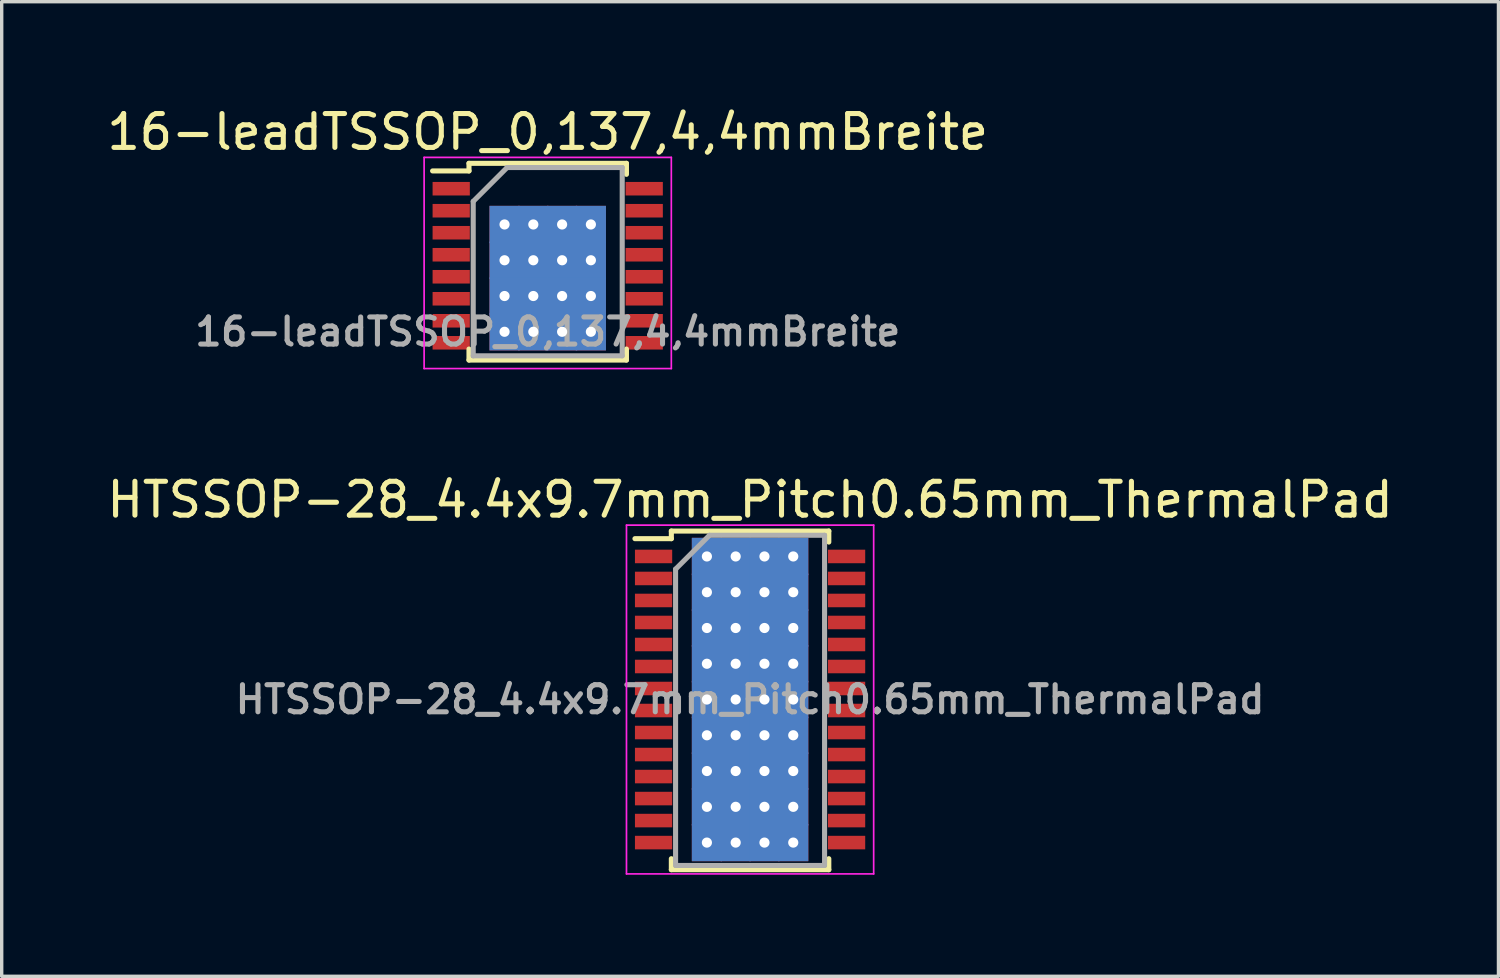
<source format=kicad_pcb>
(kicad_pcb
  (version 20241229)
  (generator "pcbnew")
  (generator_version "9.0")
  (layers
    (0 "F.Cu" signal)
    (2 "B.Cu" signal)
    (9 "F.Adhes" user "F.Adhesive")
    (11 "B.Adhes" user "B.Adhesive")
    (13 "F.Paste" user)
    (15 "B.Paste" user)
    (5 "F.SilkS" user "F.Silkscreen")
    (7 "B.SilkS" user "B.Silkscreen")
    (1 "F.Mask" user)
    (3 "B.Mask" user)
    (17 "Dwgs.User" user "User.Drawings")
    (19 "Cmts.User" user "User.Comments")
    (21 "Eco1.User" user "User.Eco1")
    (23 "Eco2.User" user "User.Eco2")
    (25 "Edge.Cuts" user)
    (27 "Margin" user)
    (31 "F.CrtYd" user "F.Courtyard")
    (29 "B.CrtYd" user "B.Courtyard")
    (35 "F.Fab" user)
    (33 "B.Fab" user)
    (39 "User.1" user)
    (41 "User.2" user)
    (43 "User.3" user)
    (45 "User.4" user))
  (footprint "HTSSOP-28_4.4x9.7mm_Pitch0.65mm_ThermalPad"
    (layer "F.Cu")
    (at 19.101 17.608)
    (property "Reference" "HTSSOP-28_4.4x9.7mm_Pitch0.65mm_ThermalPad" (at 0 -5.9 0) (layer "F.SilkS") (effects (font (size 1 1) (thickness 0.15))))
    (attr smd)
    (fp_line (start -2.325 -4.975) (end -2.325 -4.75) (stroke (width 0.15) (type solid)) (layer "F.SilkS"))
    (fp_line (start -2.325 -4.975) (end 2.325 -4.975) (stroke (width 0.15) (type solid)) (layer "F.SilkS"))
    (fp_line (start -2.325 -4.75) (end -3.4 -4.75) (stroke (width 0.15) (type solid)) (layer "F.SilkS"))
    (fp_line (start -2.325 5.026) (end -2.325 4.701) (stroke (width 0.15) (type solid)) (layer "F.SilkS"))
    (fp_line (start -2.325 5.026) (end 2.325 5.026) (stroke (width 0.15) (type solid)) (layer "F.SilkS"))
    (fp_line (start 2.325 -4.975) (end 2.325 -4.65) (stroke (width 0.15) (type solid)) (layer "F.SilkS"))
    (fp_line (start 2.325 5.026) (end 2.325 4.701) (stroke (width 0.15) (type solid)) (layer "F.SilkS"))
    (fp_line (start -3.65 -5.15) (end -3.65 5.15) (stroke (width 0.05) (type solid)) (layer "F.CrtYd"))
    (fp_line (start -3.65 -5.15) (end 3.65 -5.15) (stroke (width 0.05) (type solid)) (layer "F.CrtYd"))
    (fp_line (start -3.65 5.15) (end 3.65 5.15) (stroke (width 0.05) (type solid)) (layer "F.CrtYd"))
    (fp_line (start 3.65 -5.15) (end 3.65 5.15) (stroke (width 0.05) (type solid)) (layer "F.CrtYd"))
    (fp_line (start -2.2 -3.85) (end -1.2 -4.85) (stroke (width 0.15) (type solid)) (layer "F.Fab"))
    (fp_line (start -2.2 4.85) (end -2.2 -3.85) (stroke (width 0.15) (type solid)) (layer "F.Fab"))
    (fp_line (start -1.2 -4.85) (end 2.2 -4.85) (stroke (width 0.15) (type solid)) (layer "F.Fab"))
    (fp_line (start 2.2 -4.85) (end 2.2 4.85) (stroke (width 0.15) (type solid)) (layer "F.Fab"))
    (fp_line (start 2.2 4.901) (end -2.2 4.901) (stroke (width 0.15) (type solid)) (layer "F.Fab"))
    (fp_text user "${REFERENCE}" (at 0 0 0) (layer "F.Fab") (effects (font (size 0.8 0.8) (thickness 0.15))))
    (pad "1" smd rect (at -2.85 -4.225) (size 1.1 0.4) (layers "F.Cu" "F.Mask" "F.Paste"))
    (pad "2" smd rect (at -2.85 -3.575) (size 1.1 0.4) (layers "F.Cu" "F.Mask" "F.Paste"))
    (pad "3" smd rect (at -2.85 -2.925) (size 1.1 0.4) (layers "F.Cu" "F.Mask" "F.Paste"))
    (pad "4" smd rect (at -2.85 -2.275) (size 1.1 0.4) (layers "F.Cu" "F.Mask" "F.Paste"))
    (pad "5" smd rect (at -2.85 -1.625) (size 1.1 0.4) (layers "F.Cu" "F.Mask" "F.Paste"))
    (pad "6" smd rect (at -2.85 -0.975) (size 1.1 0.4) (layers "F.Cu" "F.Mask" "F.Paste"))
    (pad "7" smd rect (at -2.85 -0.325) (size 1.1 0.4) (layers "F.Cu" "F.Mask" "F.Paste"))
    (pad "8" smd rect (at -2.85 0.325) (size 1.1 0.4) (layers "F.Cu" "F.Mask" "F.Paste"))
    (pad "9" smd rect (at -2.85 0.975) (size 1.1 0.4) (layers "F.Cu" "F.Mask" "F.Paste"))
    (pad "10" smd rect (at -2.85 1.625) (size 1.1 0.4) (layers "F.Cu" "F.Mask" "F.Paste"))
    (pad "11" smd rect (at -2.85 2.275) (size 1.1 0.4) (layers "F.Cu" "F.Mask" "F.Paste"))
    (pad "12" smd rect (at -2.85 2.925) (size 1.1 0.4) (layers "F.Cu" "F.Mask" "F.Paste"))
    (pad "13" smd rect (at -2.85 3.575) (size 1.1 0.4) (layers "F.Cu" "F.Mask" "F.Paste"))
    (pad "14" smd rect (at -2.85 4.225) (size 1.1 0.4) (layers "F.Cu" "F.Mask" "F.Paste"))
    (pad "15" smd rect (at 2.85 4.225) (size 1.1 0.4) (layers "F.Cu" "F.Mask" "F.Paste"))
    (pad "16" smd rect (at 2.85 3.575) (size 1.1 0.4) (layers "F.Cu" "F.Mask" "F.Paste"))
    (pad "17" smd rect (at 2.85 2.925) (size 1.1 0.4) (layers "F.Cu" "F.Mask" "F.Paste"))
    (pad "18" smd rect (at 2.85 2.275) (size 1.1 0.4) (layers "F.Cu" "F.Mask" "F.Paste"))
    (pad "19" smd rect (at 2.85 1.625) (size 1.1 0.4) (layers "F.Cu" "F.Mask" "F.Paste"))
    (pad "20" smd rect (at 2.85 0.975) (size 1.1 0.4) (layers "F.Cu" "F.Mask" "F.Paste"))
    (pad "21" smd rect (at 2.85 0.325) (size 1.1 0.4) (layers "F.Cu" "F.Mask" "F.Paste"))
    (pad "22" smd rect (at 2.85 -0.325) (size 1.1 0.4) (layers "F.Cu" "F.Mask" "F.Paste"))
    (pad "23" smd rect (at 2.85 -0.975) (size 1.1 0.4) (layers "F.Cu" "F.Mask" "F.Paste"))
    (pad "24" smd rect (at 2.85 -1.625) (size 1.1 0.4) (layers "F.Cu" "F.Mask" "F.Paste"))
    (pad "25" smd rect (at 2.85 -2.275) (size 1.1 0.4) (layers "F.Cu" "F.Mask" "F.Paste"))
    (pad "26" smd rect (at 2.85 -2.925) (size 1.1 0.4) (layers "F.Cu" "F.Mask" "F.Paste"))
    (pad "27" smd rect (at 2.85 -3.575) (size 1.1 0.4) (layers "F.Cu" "F.Mask" "F.Paste"))
    (pad "28" smd rect (at 2.85 -4.225) (size 1.1 0.4) (layers "F.Cu" "F.Mask" "F.Paste"))
    (pad "29" thru_hole rect (at -1.275 -4.225) (size 0.89 1.1) (drill 0.3) (layers "*.Cu" "*.Mask"))
    (pad "29" thru_hole rect (at -1.275 -3.169) (size 0.89 1.1) (drill 0.3) (layers "*.Cu" "*.Mask"))
    (pad "29" thru_hole rect (at -1.275 -2.112) (size 0.89 1.1) (drill 0.3) (layers "*.Cu" "*.Mask"))
    (pad "29" thru_hole rect (at -1.275 -1.056) (size 0.89 1.1) (drill 0.3) (layers "*.Cu" "*.Mask"))
    (pad "29" thru_hole rect (at -1.275 0) (size 0.89 1.1) (drill 0.3) (layers "*.Cu" "*.Mask"))
    (pad "29" thru_hole rect (at -1.275 1.056) (size 0.89 1.1) (drill 0.3) (layers "*.Cu" "*.Mask"))
    (pad "29" thru_hole rect (at -1.275 2.112) (size 0.89 1.1) (drill 0.3) (layers "*.Cu" "*.Mask"))
    (pad "29" thru_hole rect (at -1.275 3.169) (size 0.89 1.1) (drill 0.3) (layers "*.Cu" "*.Mask"))
    (pad "29" thru_hole rect (at -1.275 4.225) (size 0.89 1.1) (drill 0.3) (layers "*.Cu" "*.Mask"))
    (pad "29" thru_hole rect (at -0.425 -4.225) (size 0.89 1.1) (drill 0.3) (layers "*.Cu" "*.Mask"))
    (pad "29" thru_hole rect (at -0.425 -3.169) (size 0.89 1.1) (drill 0.3) (layers "*.Cu" "*.Mask"))
    (pad "29" thru_hole rect (at -0.425 -2.112) (size 0.89 1.1) (drill 0.3) (layers "*.Cu" "*.Mask"))
    (pad "29" thru_hole rect (at -0.425 -1.056) (size 0.89 1.1) (drill 0.3) (layers "*.Cu" "*.Mask"))
    (pad "29" thru_hole rect (at -0.425 0) (size 0.89 1.1) (drill 0.3) (layers "*.Cu" "*.Mask"))
    (pad "29" thru_hole rect (at -0.425 1.056) (size 0.89 1.1) (drill 0.3) (layers "*.Cu" "*.Mask"))
    (pad "29" thru_hole rect (at -0.425 2.112) (size 0.89 1.1) (drill 0.3) (layers "*.Cu" "*.Mask"))
    (pad "29" thru_hole rect (at -0.425 3.169) (size 0.89 1.1) (drill 0.3) (layers "*.Cu" "*.Mask"))
    (pad "29" thru_hole rect (at -0.425 4.225) (size 0.89 1.1) (drill 0.3) (layers "*.Cu" "*.Mask"))
    (pad "29" thru_hole rect (at 0.425 -4.225) (size 0.89 1.1) (drill 0.3) (layers "*.Cu" "*.Mask"))
    (pad "29" thru_hole rect (at 0.425 -3.169) (size 0.89 1.1) (drill 0.3) (layers "*.Cu" "*.Mask"))
    (pad "29" thru_hole rect (at 0.425 -2.112) (size 0.89 1.1) (drill 0.3) (layers "*.Cu" "*.Mask"))
    (pad "29" thru_hole rect (at 0.425 -1.056) (size 0.89 1.1) (drill 0.3) (layers "*.Cu" "*.Mask"))
    (pad "29" thru_hole rect (at 0.425 0) (size 0.89 1.1) (drill 0.3) (layers "*.Cu" "*.Mask"))
    (pad "29" thru_hole rect (at 0.425 1.056) (size 0.89 1.1) (drill 0.3) (layers "*.Cu" "*.Mask"))
    (pad "29" thru_hole rect (at 0.425 2.112) (size 0.89 1.1) (drill 0.3) (layers "*.Cu" "*.Mask"))
    (pad "29" thru_hole rect (at 0.425 3.169) (size 0.89 1.1) (drill 0.3) (layers "*.Cu" "*.Mask"))
    (pad "29" thru_hole rect (at 0.425 4.225) (size 0.89 1.1) (drill 0.3) (layers "*.Cu" "*.Mask"))
    (pad "29" thru_hole rect (at 1.275 -4.225) (size 0.89 1.1) (drill 0.3) (layers "*.Cu" "*.Mask"))
    (pad "29" thru_hole rect (at 1.275 -3.169) (size 0.89 1.1) (drill 0.3) (layers "*.Cu" "*.Mask"))
    (pad "29" thru_hole rect (at 1.275 -2.112) (size 0.89 1.1) (drill 0.3) (layers "*.Cu" "*.Mask"))
    (pad "29" thru_hole rect (at 1.275 -1.056) (size 0.89 1.1) (drill 0.3) (layers "*.Cu" "*.Mask"))
    (pad "29" thru_hole rect (at 1.275 0) (size 0.89 1.1) (drill 0.3) (layers "*.Cu" "*.Mask"))
    (pad "29" thru_hole rect (at 1.275 1.056) (size 0.89 1.1) (drill 0.3) (layers "*.Cu" "*.Mask"))
    (pad "29" thru_hole rect (at 1.275 2.112) (size 0.89 1.1) (drill 0.3) (layers "*.Cu" "*.Mask"))
    (pad "29" thru_hole rect (at 1.275 3.169) (size 0.89 1.1) (drill 0.3) (layers "*.Cu" "*.Mask"))
    (pad "29" thru_hole rect (at 1.275 4.225) (size 0.89 1.1) (drill 0.3) (layers "*.Cu" "*.Mask")))
  (footprint "16-leadTSSOP_0,137,4,4mmBreite"
    (layer "F.Cu")
    (at 13.125 6.748)
    (property "Reference" "16-leadTSSOP_0,137,4,4mmBreite" (at 0 -5.9 0) (layer "F.SilkS") (effects (font (size 1 1) (thickness 0.15))))
    (attr smd)
    (fp_line (start -2.325 -4.975) (end -2.325 -4.75) (stroke (width 0.15) (type solid)) (layer "F.SilkS"))
    (fp_line (start -2.325 -4.975) (end 2.325 -4.975) (stroke (width 0.15) (type solid)) (layer "F.SilkS"))
    (fp_line (start -2.325 -4.75) (end -3.4 -4.75) (stroke (width 0.15) (type solid)) (layer "F.SilkS"))
    (fp_line (start -2.325 0.835) (end -2.325 0.51) (stroke (width 0.15) (type solid)) (layer "F.SilkS"))
    (fp_line (start -2.325 0.835) (end 2.325 0.835) (stroke (width 0.15) (type solid)) (layer "F.SilkS"))
    (fp_line (start 2.325 -4.975) (end 2.325 -4.65) (stroke (width 0.15) (type solid)) (layer "F.SilkS"))
    (fp_line (start 2.325 0.835) (end 2.325 0.51) (stroke (width 0.15) (type solid)) (layer "F.SilkS"))
    (fp_line (start -3.65 -5.15) (end -3.65 1.086) (stroke (width 0.05) (type solid)) (layer "F.CrtYd"))
    (fp_line (start -3.65 -5.15) (end 3.65 -5.15) (stroke (width 0.05) (type solid)) (layer "F.CrtYd"))
    (fp_line (start -3.65 1.086) (end 3.65 1.086) (stroke (width 0.05) (type solid)) (layer "F.CrtYd"))
    (fp_line (start 3.65 -5.15) (end 3.65 1.086) (stroke (width 0.05) (type solid)) (layer "F.CrtYd"))
    (fp_line (start -2.2 -3.85) (end -1.2 -4.85) (stroke (width 0.15) (type solid)) (layer "F.Fab"))
    (fp_line (start -2.2 0.71) (end -2.2 -3.85) (stroke (width 0.15) (type solid)) (layer "F.Fab"))
    (fp_line (start -1.2 -4.85) (end 2.2 -4.85) (stroke (width 0.15) (type solid)) (layer "F.Fab"))
    (fp_line (start 2.2 -4.85) (end 2.2 0.71) (stroke (width 0.15) (type solid)) (layer "F.Fab"))
    (fp_line (start 2.2 0.71) (end -2.2 0.71) (stroke (width 0.15) (type solid)) (layer "F.Fab"))
    (fp_text user "${REFERENCE}" (at 0 0 0) (layer "F.Fab") (effects (font (size 0.8 0.8) (thickness 0.15))))
    (pad "1" smd rect (at -2.85 -4.225) (size 1.1 0.4) (layers "F.Cu" "F.Mask" "F.Paste"))
    (pad "2" smd rect (at -2.85 -3.575) (size 1.1 0.4) (layers "F.Cu" "F.Mask" "F.Paste"))
    (pad "3" smd rect (at -2.85 -2.925) (size 1.1 0.4) (layers "F.Cu" "F.Mask" "F.Paste"))
    (pad "4" smd rect (at -2.85 -2.275) (size 1.1 0.4) (layers "F.Cu" "F.Mask" "F.Paste"))
    (pad "5" smd rect (at -2.85 -1.625) (size 1.1 0.4) (layers "F.Cu" "F.Mask" "F.Paste"))
    (pad "6" smd rect (at -2.85 -0.975) (size 1.1 0.4) (layers "F.Cu" "F.Mask" "F.Paste"))
    (pad "7" smd rect (at -2.85 -0.325) (size 1.1 0.4) (layers "F.Cu" "F.Mask" "F.Paste"))
    (pad "8" smd rect (at -2.85 0.325) (size 1.1 0.4) (layers "F.Cu" "F.Mask" "F.Paste"))
    (pad "9" smd rect (at 2.85 0.325) (size 1.1 0.4) (layers "F.Cu" "F.Mask" "F.Paste"))
    (pad "10" smd rect (at 2.85 -0.325) (size 1.1 0.4) (layers "F.Cu" "F.Mask" "F.Paste"))
    (pad "11" smd rect (at 2.85 -0.975) (size 1.1 0.4) (layers "F.Cu" "F.Mask" "F.Paste"))
    (pad "12" smd rect (at 2.85 -1.625) (size 1.1 0.4) (layers "F.Cu" "F.Mask" "F.Paste"))
    (pad "13" smd rect (at 2.85 -2.275) (size 1.1 0.4) (layers "F.Cu" "F.Mask" "F.Paste"))
    (pad "14" smd rect (at 2.85 -2.925) (size 1.1 0.4) (layers "F.Cu" "F.Mask" "F.Paste"))
    (pad "15" smd rect (at 2.85 -3.575) (size 1.1 0.4) (layers "F.Cu" "F.Mask" "F.Paste"))
    (pad "16" smd rect (at 2.85 -4.225) (size 1.1 0.4) (layers "F.Cu" "F.Mask" "F.Paste"))
    (pad "29" thru_hole rect (at -1.275 -3.169) (size 0.89 1.1) (drill 0.3) (layers "*.Cu" "*.Mask"))
    (pad "29" thru_hole rect (at -1.275 -2.112) (size 0.89 1.1) (drill 0.3) (layers "*.Cu" "*.Mask"))
    (pad "29" thru_hole rect (at -1.275 -1.056) (size 0.89 1.1) (drill 0.3) (layers "*.Cu" "*.Mask"))
    (pad "29" thru_hole rect (at -1.275 0) (size 0.89 1.1) (drill 0.3) (layers "*.Cu" "*.Mask"))
    (pad "29" thru_hole rect (at -0.425 -3.169) (size 0.89 1.1) (drill 0.3) (layers "*.Cu" "*.Mask"))
    (pad "29" thru_hole rect (at -0.425 -2.112) (size 0.89 1.1) (drill 0.3) (layers "*.Cu" "*.Mask"))
    (pad "29" thru_hole rect (at -0.425 -1.056) (size 0.89 1.1) (drill 0.3) (layers "*.Cu" "*.Mask"))
    (pad "29" thru_hole rect (at -0.425 0) (size 0.89 1.1) (drill 0.3) (layers "*.Cu" "*.Mask"))
    (pad "29" thru_hole rect (at 0.425 -3.169) (size 0.89 1.1) (drill 0.3) (layers "*.Cu" "*.Mask"))
    (pad "29" thru_hole rect (at 0.425 -2.112) (size 0.89 1.1) (drill 0.3) (layers "*.Cu" "*.Mask"))
    (pad "29" thru_hole rect (at 0.425 -1.056) (size 0.89 1.1) (drill 0.3) (layers "*.Cu" "*.Mask"))
    (pad "29" thru_hole rect (at 0.425 0) (size 0.89 1.1) (drill 0.3) (layers "*.Cu" "*.Mask"))
    (pad "29" thru_hole rect (at 1.275 -3.169) (size 0.89 1.1) (drill 0.3) (layers "*.Cu" "*.Mask"))
    (pad "29" thru_hole rect (at 1.275 -2.112) (size 0.89 1.1) (drill 0.3) (layers "*.Cu" "*.Mask"))
    (pad "29" thru_hole rect (at 1.275 -1.056) (size 0.89 1.1) (drill 0.3) (layers "*.Cu" "*.Mask"))
    (pad "29" thru_hole rect (at 1.275 0) (size 0.89 1.1) (drill 0.3) (layers "*.Cu" "*.Mask")))
  (gr_rect
    (start -3 -3)
    (end 41.202 25.782)
    (stroke (width 0.1) (type default))
    (fill no)
    (layer "Edge.Cuts")))
</source>
